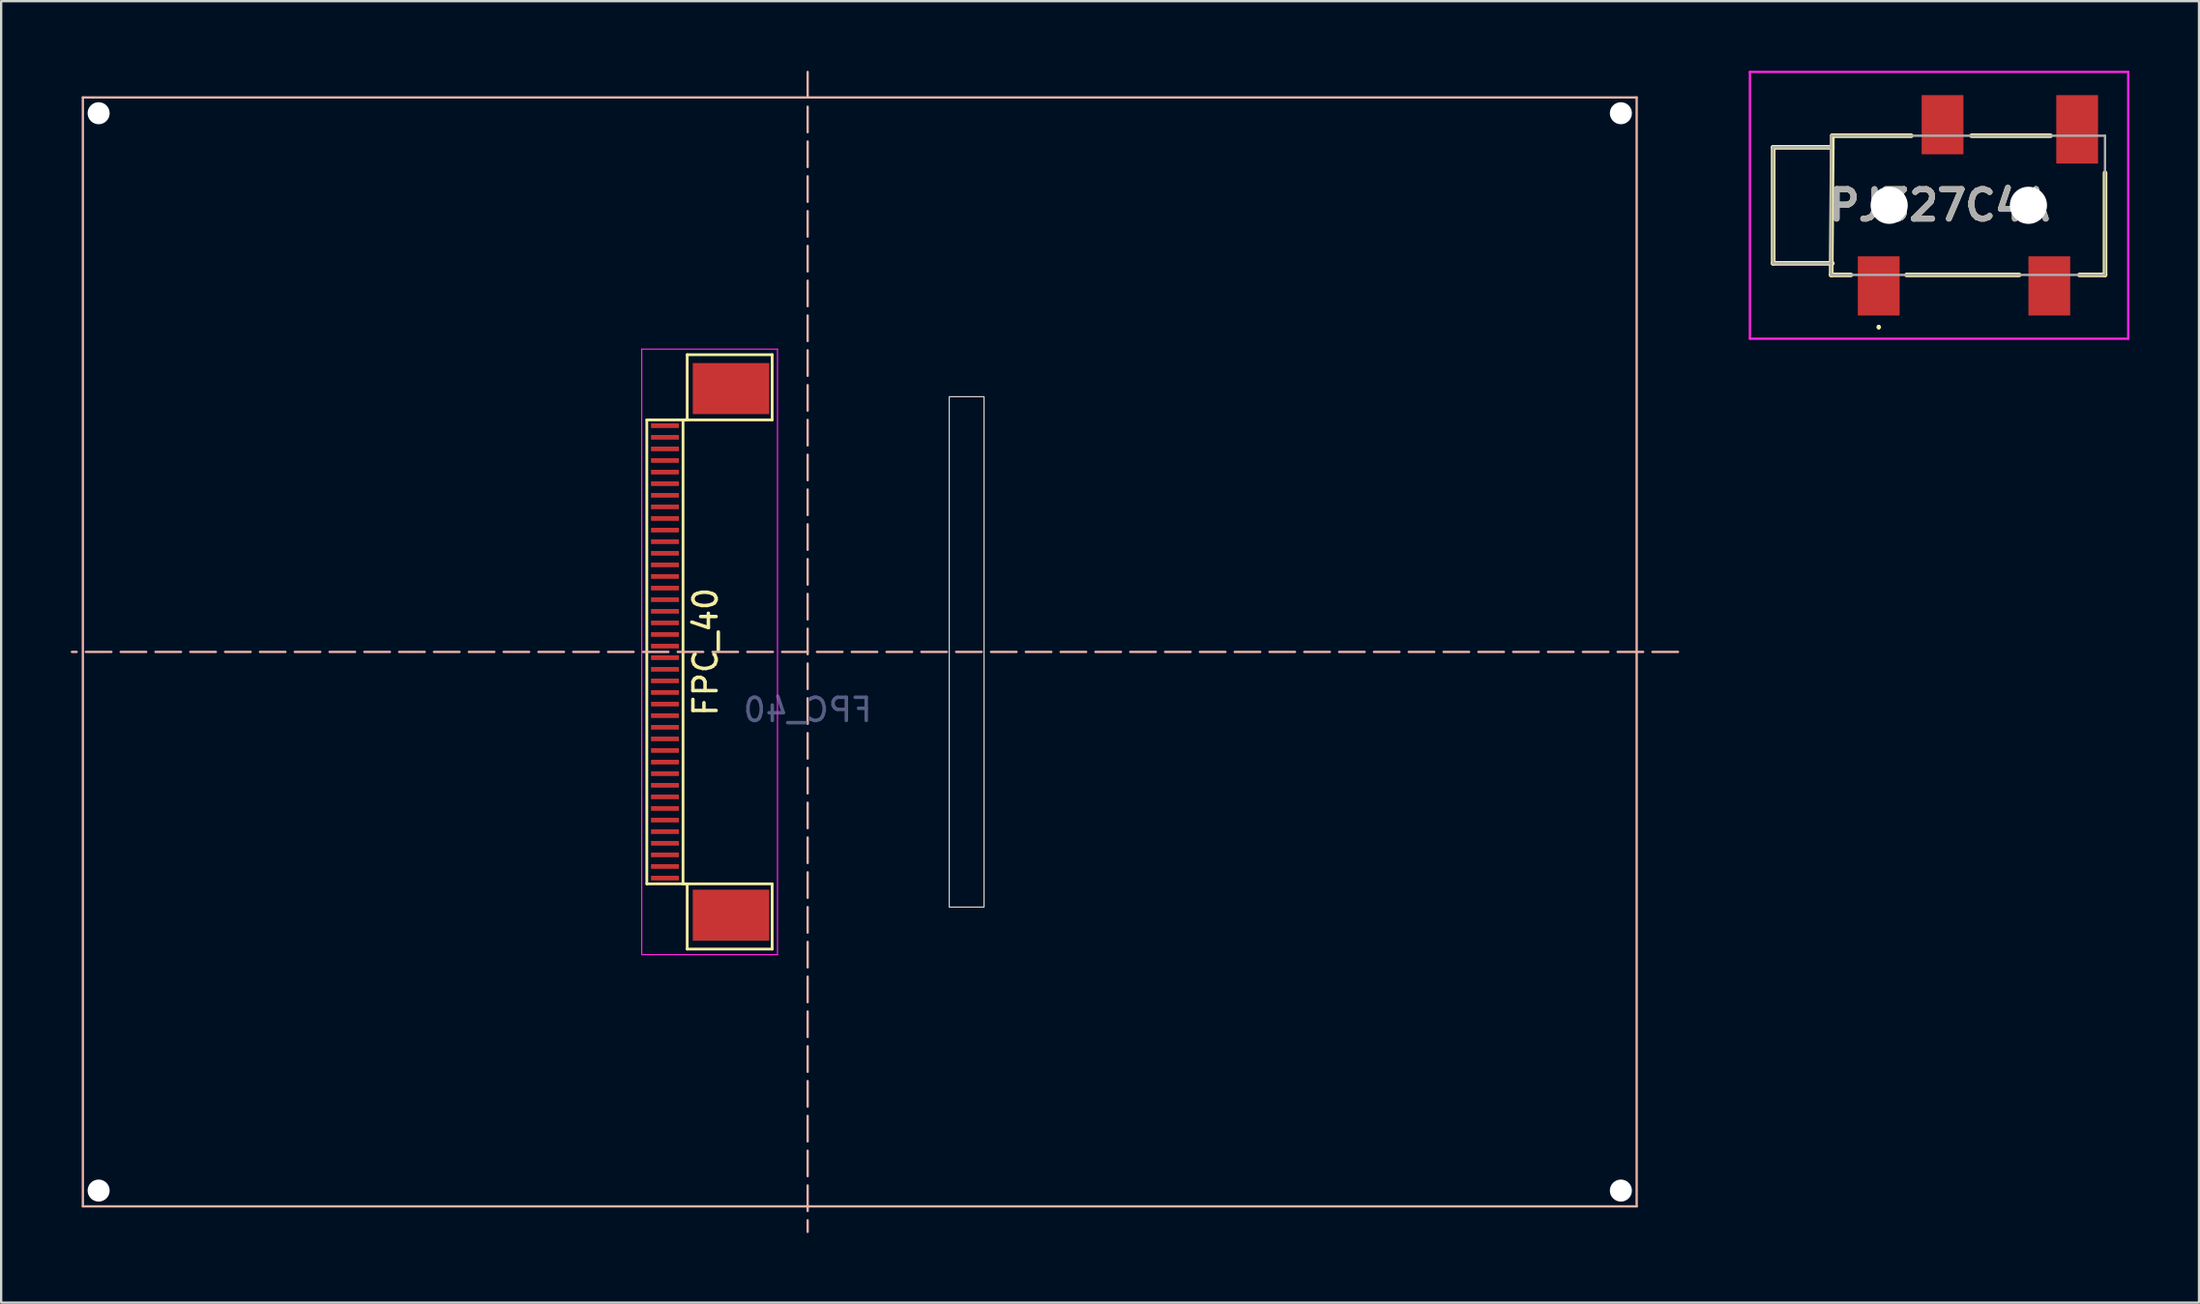
<source format=kicad_pcb>
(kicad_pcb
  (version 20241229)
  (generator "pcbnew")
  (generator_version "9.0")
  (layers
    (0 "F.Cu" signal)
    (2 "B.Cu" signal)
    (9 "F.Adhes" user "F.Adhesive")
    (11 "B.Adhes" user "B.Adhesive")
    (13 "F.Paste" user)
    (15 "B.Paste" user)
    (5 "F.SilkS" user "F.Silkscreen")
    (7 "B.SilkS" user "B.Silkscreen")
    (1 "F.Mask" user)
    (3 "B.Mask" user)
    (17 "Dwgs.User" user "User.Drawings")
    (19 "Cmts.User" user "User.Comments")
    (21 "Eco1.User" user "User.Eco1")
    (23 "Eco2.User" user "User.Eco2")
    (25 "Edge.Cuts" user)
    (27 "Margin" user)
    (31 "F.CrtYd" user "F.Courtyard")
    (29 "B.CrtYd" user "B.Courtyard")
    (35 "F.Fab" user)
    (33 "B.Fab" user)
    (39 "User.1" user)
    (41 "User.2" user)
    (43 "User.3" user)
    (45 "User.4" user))
  (footprint "FPC_40"
    (layer "F.Cu")
    (at 31.75 25.05)
    (property "Reference" "FPC_40" (at -4.4 0 270) (layer "F.SilkS") (effects (font (size 1 1) (thickness 0.15))))
    (attr through_hole)
    (fp_line (start -6.93 10) (end -6.93 -10) (stroke (width 0.12) (type default)) (layer "F.SilkS"))
    (fp_line (start -5.37 -10) (end -1.53 -10) (stroke (width 0.12) (type default)) (layer "F.SilkS"))
    (fp_line (start -5.37 10) (end -5.37 -10) (stroke (width 0.12) (type default)) (layer "F.SilkS"))
    (fp_line (start -5.37 10) (end -1.53 10) (stroke (width 0.12) (type default)) (layer "F.SilkS"))
    (fp_line (start -5.19 -12.81) (end -5.19 -10) (stroke (width 0.12) (type default)) (layer "F.SilkS"))
    (fp_line (start -5.19 -10) (end -6.93 -10) (stroke (width 0.12) (type default)) (layer "F.SilkS"))
    (fp_line (start -5.19 10) (end -6.93 10) (stroke (width 0.12) (type default)) (layer "F.SilkS"))
    (fp_line (start -5.19 12.81) (end -5.19 10) (stroke (width 0.12) (type default)) (layer "F.SilkS"))
    (fp_line (start -1.53 -12.81) (end -5.19 -12.81) (stroke (width 0.12) (type default)) (layer "F.SilkS"))
    (fp_line (start -1.53 -10) (end -1.53 -12.81) (stroke (width 0.12) (type default)) (layer "F.SilkS"))
    (fp_line (start -1.53 10) (end -1.53 12.81) (stroke (width 0.12) (type default)) (layer "F.SilkS"))
    (fp_line (start -1.53 12.81) (end -5.19 12.81) (stroke (width 0.12) (type default)) (layer "F.SilkS"))
    (fp_line (start -31.23 -23.9) (end -31.23 23.9) (stroke (width 0.1) (type default)) (layer "B.SilkS"))
    (fp_line (start 0 -25) (end 0 25) (stroke (width 0.1) (type dash)) (layer "B.SilkS"))
    (fp_line (start 35.72 -23.9) (end -31.23 -23.9) (stroke (width 0.1) (type default)) (layer "B.SilkS"))
    (fp_line (start 35.72 -23.9) (end 35.72 23.9) (stroke (width 0.1) (type default)) (layer "B.SilkS"))
    (fp_line (start 35.72 23.9) (end -31.23 23.9) (stroke (width 0.1) (type default)) (layer "B.SilkS"))
    (fp_line (start 37.5 0) (end -31.7 0) (stroke (width 0.1) (type dash)) (layer "B.SilkS"))
    (fp_rect (start 7.6 -11) (end 6.1 11) (stroke (width 0.05) (type default)) (fill no) (layer "Edge.Cuts"))
    (fp_line (start -7.15 -13.05) (end -1.3 -13.05) (stroke (width 0.05) (type default)) (layer "F.CrtYd"))
    (fp_line (start -7.15 13.05) (end -7.15 -13.05) (stroke (width 0.05) (type default)) (layer "F.CrtYd"))
    (fp_line (start -7.15 13.05) (end -1.3 13.05) (stroke (width 0.05) (type default)) (layer "F.CrtYd"))
    (fp_line (start -1.3 13.05) (end -1.3 -13.05) (stroke (width 0.05) (type default)) (layer "F.CrtYd"))
    (fp_text user "${REFERENCE}" (at 0 2.5 0) (unlocked yes) (layer "B.Fab") (effects (font (size 1 1) (thickness 0.15)) (justify mirror)))
    (pad "" np_thru_hole circle (at -30.55 -23.22) (size 0.95 0.95) (drill 0.95) (layers "*.Cu" "*.Mask"))
    (pad "" np_thru_hole circle (at -30.55 23.22) (size 0.95 0.95) (drill 0.95) (layers "*.Cu" "*.Mask"))
    (pad "" np_thru_hole circle (at 35.04 -23.22) (size 0.95 0.95) (drill 0.95) (layers "*.Cu" "*.Mask"))
    (pad "" np_thru_hole circle (at 35.04 23.22) (size 0.95 0.95) (drill 0.95) (layers "*.Cu" "*.Mask"))
    (pad "0" smd rect (at -3.3 -11.35 90) (size 2.2 3.3) (layers "F.Cu" "F.Mask" "F.Paste"))
    (pad "0" smd rect (at -3.3 11.35 90) (size 2.2 3.3) (layers "F.Cu" "F.Mask" "F.Paste"))
    (pad "1" smd rect (at -6.15 -9.75 90) (size 0.2 1.2) (layers "F.Cu" "F.Mask" "F.Paste"))
    (pad "2" smd rect (at -6.15 -9.25 90) (size 0.2 1.2) (layers "F.Cu" "F.Mask" "F.Paste"))
    (pad "3" smd rect (at -6.15 -8.75 90) (size 0.2 1.2) (layers "F.Cu" "F.Mask" "F.Paste"))
    (pad "4" smd rect (at -6.15 -8.25 90) (size 0.2 1.2) (layers "F.Cu" "F.Mask" "F.Paste"))
    (pad "5" smd rect (at -6.15 -7.75 90) (size 0.2 1.2) (layers "F.Cu" "F.Mask" "F.Paste"))
    (pad "6" smd rect (at -6.15 -7.25 90) (size 0.2 1.2) (layers "F.Cu" "F.Mask" "F.Paste"))
    (pad "7" smd rect (at -6.15 -6.75 90) (size 0.2 1.2) (layers "F.Cu" "F.Mask" "F.Paste"))
    (pad "8" smd rect (at -6.15 -6.25 90) (size 0.2 1.2) (layers "F.Cu" "F.Mask" "F.Paste"))
    (pad "9" smd rect (at -6.15 -5.75 90) (size 0.2 1.2) (layers "F.Cu" "F.Mask" "F.Paste"))
    (pad "10" smd rect (at -6.15 -5.25 90) (size 0.2 1.2) (layers "F.Cu" "F.Mask" "F.Paste"))
    (pad "11" smd rect (at -6.15 -4.75 90) (size 0.2 1.2) (layers "F.Cu" "F.Mask" "F.Paste"))
    (pad "12" smd rect (at -6.15 -4.25 90) (size 0.2 1.2) (layers "F.Cu" "F.Mask" "F.Paste"))
    (pad "13" smd rect (at -6.15 -3.75 90) (size 0.2 1.2) (layers "F.Cu" "F.Mask" "F.Paste"))
    (pad "14" smd rect (at -6.15 -3.25 90) (size 0.2 1.2) (layers "F.Cu" "F.Mask" "F.Paste"))
    (pad "15" smd rect (at -6.15 -2.75 90) (size 0.2 1.2) (layers "F.Cu" "F.Mask" "F.Paste"))
    (pad "16" smd rect (at -6.15 -2.25 90) (size 0.2 1.2) (layers "F.Cu" "F.Mask" "F.Paste"))
    (pad "17" smd rect (at -6.15 -1.75 90) (size 0.2 1.2) (layers "F.Cu" "F.Mask" "F.Paste"))
    (pad "18" smd rect (at -6.15 -1.25 90) (size 0.2 1.2) (layers "F.Cu" "F.Mask" "F.Paste"))
    (pad "19" smd rect (at -6.15 -0.75 90) (size 0.2 1.2) (layers "F.Cu" "F.Mask" "F.Paste"))
    (pad "20" smd rect (at -6.15 -0.25 90) (size 0.2 1.2) (layers "F.Cu" "F.Mask" "F.Paste"))
    (pad "21" smd rect (at -6.15 0.25 90) (size 0.2 1.2) (layers "F.Cu" "F.Mask" "F.Paste"))
    (pad "22" smd rect (at -6.15 0.75 90) (size 0.2 1.2) (layers "F.Cu" "F.Mask" "F.Paste"))
    (pad "23" smd rect (at -6.15 1.25 90) (size 0.2 1.2) (layers "F.Cu" "F.Mask" "F.Paste"))
    (pad "24" smd rect (at -6.15 1.75 90) (size 0.2 1.2) (layers "F.Cu" "F.Mask" "F.Paste"))
    (pad "25" smd rect (at -6.15 2.25 90) (size 0.2 1.2) (layers "F.Cu" "F.Mask" "F.Paste"))
    (pad "26" smd rect (at -6.15 2.75 90) (size 0.2 1.2) (layers "F.Cu" "F.Mask" "F.Paste"))
    (pad "27" smd rect (at -6.15 3.25 90) (size 0.2 1.2) (layers "F.Cu" "F.Mask" "F.Paste"))
    (pad "28" smd rect (at -6.15 3.75 90) (size 0.2 1.2) (layers "F.Cu" "F.Mask" "F.Paste"))
    (pad "29" smd rect (at -6.15 4.25 90) (size 0.2 1.2) (layers "F.Cu" "F.Mask" "F.Paste"))
    (pad "30" smd rect (at -6.15 4.75 90) (size 0.2 1.2) (layers "F.Cu" "F.Mask" "F.Paste"))
    (pad "31" smd rect (at -6.15 5.25 90) (size 0.2 1.2) (layers "F.Cu" "F.Mask" "F.Paste"))
    (pad "32" smd rect (at -6.15 5.75 90) (size 0.2 1.2) (layers "F.Cu" "F.Mask" "F.Paste"))
    (pad "33" smd rect (at -6.15 6.25 90) (size 0.2 1.2) (layers "F.Cu" "F.Mask" "F.Paste"))
    (pad "34" smd rect (at -6.15 6.75 90) (size 0.2 1.2) (layers "F.Cu" "F.Mask" "F.Paste"))
    (pad "35" smd rect (at -6.15 7.25 90) (size 0.2 1.2) (layers "F.Cu" "F.Mask" "F.Paste"))
    (pad "36" smd rect (at -6.15 7.75 90) (size 0.2 1.2) (layers "F.Cu" "F.Mask" "F.Paste"))
    (pad "37" smd rect (at -6.15 8.25 90) (size 0.2 1.2) (layers "F.Cu" "F.Mask" "F.Paste"))
    (pad "38" smd rect (at -6.15 8.75 90) (size 0.2 1.2) (layers "F.Cu" "F.Mask" "F.Paste"))
    (pad "39" smd rect (at -6.15 9.25 90) (size 0.2 1.2) (layers "F.Cu" "F.Mask" "F.Paste"))
    (pad "40" smd rect (at -6.15 9.75 90) (size 0.2 1.2) (layers "F.Cu" "F.Mask" "F.Paste")))
  (footprint "PJ327C4A"
    (layer "F.Cu")
    (at 80.5 5.8)
    (property "Reference" "PJ327C4A" (at 0 0 0) (layer "F.SilkS") (effects (font (size 1.27 1.27) (thickness 0.254))))
    (attr smd)
    (fp_line (start -7.15 -2.5) (end -4.6 -2.5) (stroke (width 0.2) (type solid)) (layer "F.SilkS"))
    (fp_line (start -7.15 2.5) (end -7.15 -2.5) (stroke (width 0.2) (type solid)) (layer "F.SilkS"))
    (fp_line (start -4.65 3) (end -3.8 3) (stroke (width 0.2) (type solid)) (layer "F.SilkS"))
    (fp_line (start -4.6 -3) (end -4.65 3) (stroke (width 0.2) (type solid)) (layer "F.SilkS"))
    (fp_line (start -4.6 2.5) (end -7.15 2.5) (stroke (width 0.2) (type solid)) (layer "F.SilkS"))
    (fp_line (start -2.6 5.2) (end -2.6 5.2) (stroke (width 0.1) (type solid)) (layer "F.SilkS"))
    (fp_line (start -2.6 5.3) (end -2.6 5.3) (stroke (width 0.1) (type solid)) (layer "F.SilkS"))
    (fp_line (start -1.4 3) (end 3.45 3) (stroke (width 0.2) (type solid)) (layer "F.SilkS"))
    (fp_line (start -1.2 -3) (end -4.6 -3) (stroke (width 0.2) (type solid)) (layer "F.SilkS"))
    (fp_line (start 1.4 -3) (end 4.8 -3) (stroke (width 0.2) (type solid)) (layer "F.SilkS"))
    (fp_line (start 7.15 -1.4) (end 7.15 3) (stroke (width 0.2) (type solid)) (layer "F.SilkS"))
    (fp_line (start 7.15 3) (end 6.05 3) (stroke (width 0.2) (type solid)) (layer "F.SilkS"))
    (fp_arc (start -2.6 5.2) (mid -2.55 5.25) (end -2.6 5.3) (stroke (width 0.1) (type solid)) (layer "F.SilkS"))
    (fp_arc (start -2.6 5.3) (mid -2.65 5.25) (end -2.6 5.2) (stroke (width 0.1) (type solid)) (layer "F.SilkS"))
    (fp_line (start -8.15 -5.75) (end 8.15 -5.75) (stroke (width 0.1) (type solid)) (layer "F.CrtYd"))
    (fp_line (start -8.15 5.75) (end -8.15 -5.75) (stroke (width 0.1) (type solid)) (layer "F.CrtYd"))
    (fp_line (start 8.15 -5.75) (end 8.15 5.75) (stroke (width 0.1) (type solid)) (layer "F.CrtYd"))
    (fp_line (start 8.15 5.75) (end -8.15 5.75) (stroke (width 0.1) (type solid)) (layer "F.CrtYd"))
    (fp_line (start -7.15 -2.5) (end -7.15 2.5) (stroke (width 0.1) (type solid)) (layer "F.Fab"))
    (fp_line (start -7.15 2.5) (end -4.65 2.5) (stroke (width 0.1) (type solid)) (layer "F.Fab"))
    (fp_line (start -4.65 -3) (end 7.15 -3) (stroke (width 0.1) (type solid)) (layer "F.Fab"))
    (fp_line (start -4.65 -2.5) (end -7.15 -2.5) (stroke (width 0.1) (type solid)) (layer "F.Fab"))
    (fp_line (start -4.65 3) (end -4.65 -3) (stroke (width 0.1) (type solid)) (layer "F.Fab"))
    (fp_line (start 7.15 -3) (end 7.15 3) (stroke (width 0.1) (type solid)) (layer "F.Fab"))
    (fp_line (start 7.15 3) (end -4.65 3) (stroke (width 0.1) (type solid)) (layer "F.Fab"))
    (fp_text user "${REFERENCE}" (at 0 0 0) (layer "F.Fab") (effects (font (size 1.27 1.27) (thickness 0.254))))
    (pad "" np_thru_hole circle (at -2.15 0) (size 1.6 1.6) (drill 1.6) (layers "*.Cu" "*.Mask"))
    (pad "" np_thru_hole circle (at 3.85 0) (size 1.6 1.6) (drill 1.6) (layers "*.Cu" "*.Mask"))
    (pad "1" smd rect (at -2.6 3.475) (size 1.8 2.55) (layers "F.Cu" "F.Mask" "F.Paste"))
    (pad "2" smd rect (at 4.75 3.475) (size 1.8 2.55) (layers "F.Cu" "F.Mask" "F.Paste"))
    (pad "3" smd rect (at 0.15 -3.475) (size 1.8 2.55) (layers "F.Cu" "F.Mask" "F.Paste"))
    (pad "4" smd rect (at 5.95 -3.275) (size 1.8 2.95) (layers "F.Cu" "F.Mask" "F.Paste")))
  (gr_rect
    (start -3 -3)
    (end 91.7 53.1)
    (stroke (width 0.1) (type default))
    (fill no)
    (layer "Edge.Cuts")))
</source>
